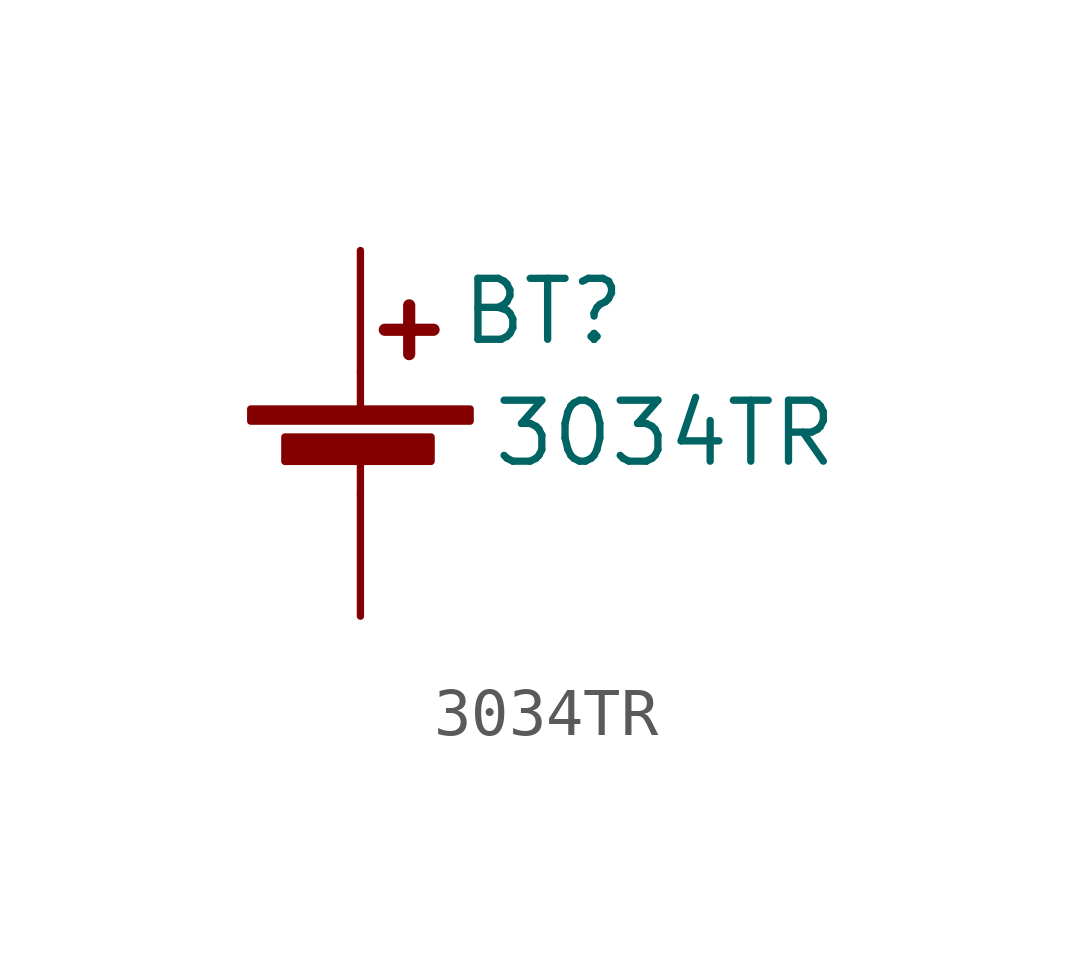
<source format=kicad_sym>
(kicad_symbol_lib
  (version 20231120)
  (generator "kicad_symbol_editor")
  (generator_version "8.0")
  (symbol "3034TR"
    (pin_numbers hide)
    (pin_names hide)
    (property "Reference" "BT"
      (at 3.81 2.54 0)
      (effects (font (size 1.27 1.27))))
    (property "Value" "3034TR"
      (at 6.35 0 0)
      (effects (font (size 1.27 1.27))))
    (symbol "3034TR_0_1"
      (rectangle (start -2.286 0.508) (end 2.286 0.254) (stroke (width 0) (type default)) (fill (type outline)))
      (rectangle (start -1.575 -0.076) (end 1.473 -0.584) (stroke (width 0) (type default)) (fill (type outline)))
      (polyline (pts (xy 0 -0.508) (xy 0 -1.27)) (stroke (width 0) (type default)) (fill (type none)))
      (polyline (pts (xy 0 0.508) (xy 0 1.27)) (stroke (width 0) (type default)) (fill (type none)))
      (polyline (pts (xy 0.508 2.159) (xy 1.524 2.159)) (stroke (width 0.254) (type default)) (fill (type none)))
      (polyline (pts (xy 1.016 2.667) (xy 1.016 1.651)) (stroke (width 0.254) (type default)) (fill (type none))))
    (symbol "3034TR_1_1"
      (pin passive line (at 0 3.81 270) (length 2.54) (name "+" (effects (font (size 1.27 1.27)))) (number "1" (effects (font (size 1.27 1.27)))))
      (pin passive line (at 0 -3.81 90) (length 2.54) (name "-" (effects (font (size 1.27 1.27)))) (number "2" (effects (font (size 1.27 1.27))))))))
</source>
